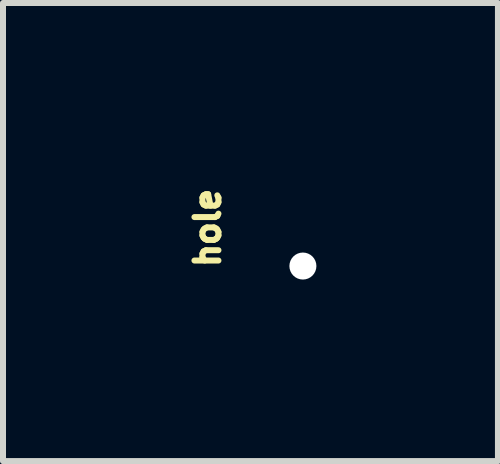
<source format=kicad_pcb>
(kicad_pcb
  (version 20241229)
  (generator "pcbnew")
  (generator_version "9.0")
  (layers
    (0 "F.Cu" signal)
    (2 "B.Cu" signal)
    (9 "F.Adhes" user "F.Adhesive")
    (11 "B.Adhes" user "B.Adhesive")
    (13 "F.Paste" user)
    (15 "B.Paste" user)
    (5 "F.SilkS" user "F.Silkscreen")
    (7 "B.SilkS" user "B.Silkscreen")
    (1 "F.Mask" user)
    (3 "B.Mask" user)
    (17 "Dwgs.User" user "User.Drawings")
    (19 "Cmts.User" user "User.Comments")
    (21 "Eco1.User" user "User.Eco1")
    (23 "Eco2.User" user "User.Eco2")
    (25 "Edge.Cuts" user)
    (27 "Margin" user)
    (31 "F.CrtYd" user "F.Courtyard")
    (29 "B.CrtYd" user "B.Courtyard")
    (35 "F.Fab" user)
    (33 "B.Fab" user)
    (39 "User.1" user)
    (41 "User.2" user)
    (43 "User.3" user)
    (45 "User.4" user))
  (footprint "hole"
    (layer "F.Cu")
    (at 1.997 1.383)
    (property "Reference" "hole" (at -1.587 -0.635 90) (layer "F.SilkS") (effects (font (size 0.4 0.4) (thickness 0.1))))
    (attr through_hole)
    (pad "" np_thru_hole oval (at 0 0) (size 0.45 0.45) (drill 0.45) (layers "*.Cu")))
  (gr_rect
    (start -3 -3)
    (end 5.247 4.633)
    (stroke (width 0.1) (type default))
    (fill no)
    (layer "Edge.Cuts")))
</source>
